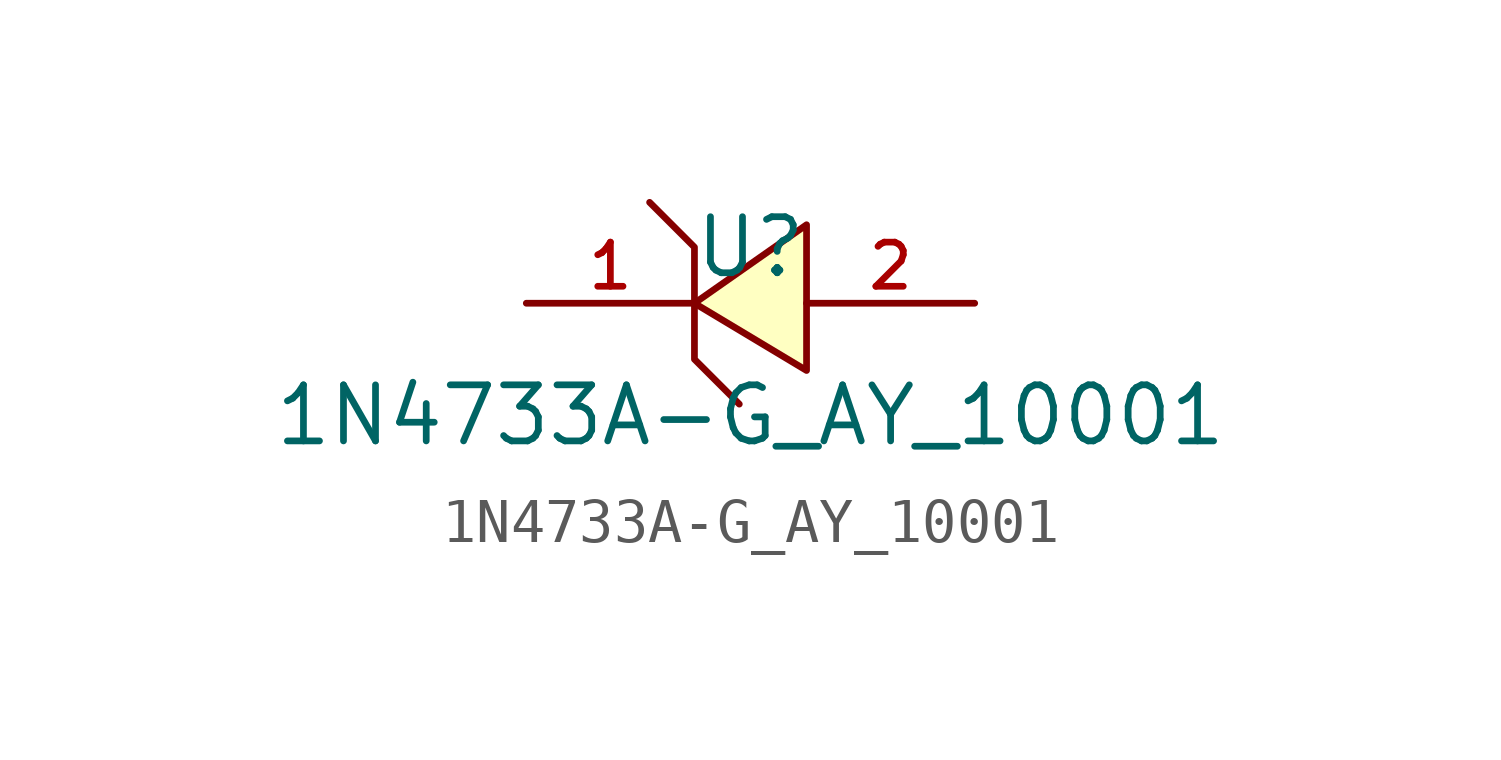
<source format=kicad_sym>
(kicad_symbol_lib
  (version 20210201)
  (generator TousstNicolas/JLC2KiCad_lib)
  (symbol "1N4733A-G_AY_10001"
    (pin_names hide)
    (property "Reference" "U"
      (at 0 1.27 0)
      (effects (font (size 1.27 1.27))))
    (property "Value" "1N4733A-G_AY_10001"
      (at 0 -2.54 0)
      (effects (font (size 1.27 1.27))))
    (symbol "1N4733A-G_AY_10001_0_1"
      (pin unspecified line (at 5.08 -0.0 180) (length 3.81) (name "A" (effects (font (size 1 1)))) (number "2" (effects (font (size 1 1)))))
      (pin unspecified line (at -5.08 -0.0 0) (length 3.81) (name "C" (effects (font (size 1 1)))) (number "1" (effects (font (size 1 1)))))
      (polyline (pts (xy -2.286 2.286) (xy -1.27 1.27) (xy -1.27 -1.27) (xy -0.254 -2.286)) (stroke (width 0) (type default) (color 0 0 0 0)) (fill (type none)))
      (polyline (pts (xy 1.27 -1.524) (xy -1.27 -0.0) (xy 1.27 1.778) (xy 1.27 -1.524)) (stroke (width 0) (type default) (color 0 0 0 0)) (fill (type background))))))
</source>
